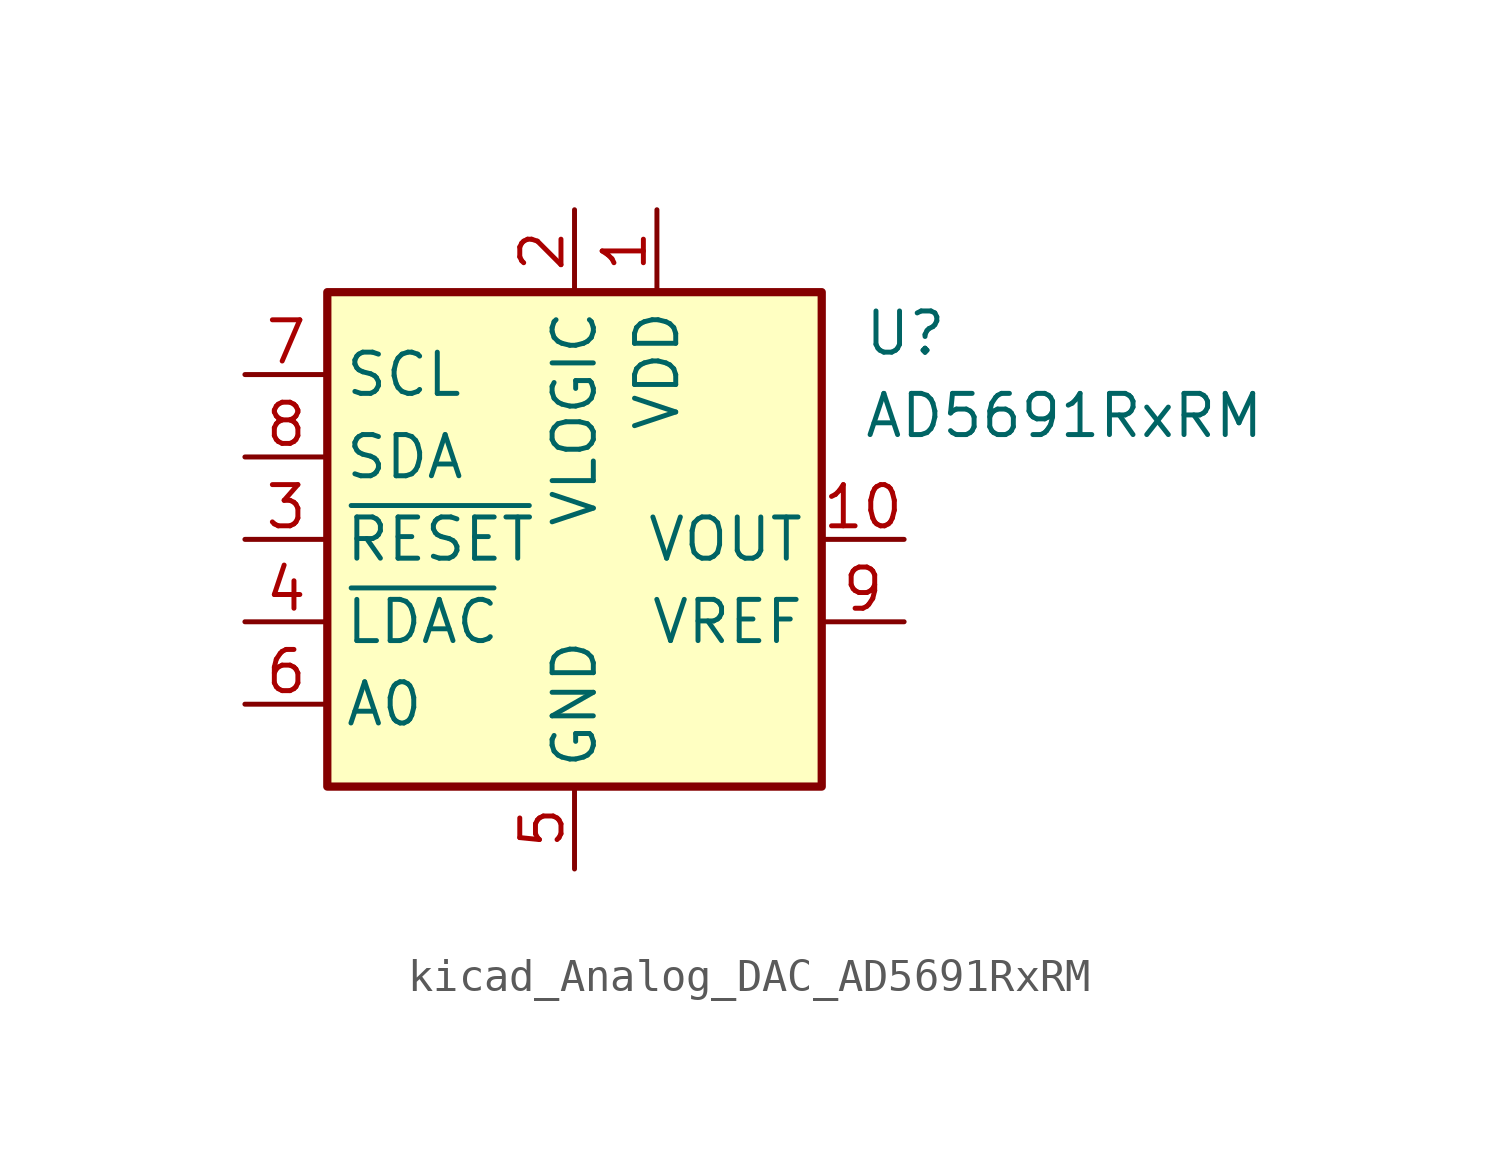
<source format=kicad_sym>
(kicad_symbol_lib
  (version 20220914)
  (generator kicad_symbol_editor)
  (symbol "kicad_Analog_DAC_AD5691RxRM"
    (property "Reference" "U"
      (at 8.89 6.35 0)
      (effects (font (size 1.27 1.27)) (justify left)))
    (property "Value" "AD5691RxRM"
      (at 8.89 3.81 0)
      (effects (font (size 1.27 1.27)) (justify left)))
    (symbol "kicad_Analog_DAC_AD5691RxRM_0_1"
      (rectangle (start -7.62 7.62) (end 7.62 -7.62) (stroke (width 0.254) (type default)) (fill (type background))))
    (symbol "kicad_Analog_DAC_AD5691RxRM_1_1"
      (pin power_in line (at 2.54 10.16 270) (length 2.54) (name "VDD" (effects (font (size 1.27 1.27)))) (number "1" (effects (font (size 1.27 1.27)))))
      (pin output line (at 10.16 0 180) (length 2.54) (name "VOUT" (effects (font (size 1.27 1.27)))) (number "10" (effects (font (size 1.27 1.27)))))
      (pin power_in line (at 0 10.16 270) (length 2.54) (name "VLOGIC" (effects (font (size 1.27 1.27)))) (number "2" (effects (font (size 1.27 1.27)))))
      (pin input line (at -10.16 0 0) (length 2.54) (name "~{RESET}" (effects (font (size 1.27 1.27)))) (number "3" (effects (font (size 1.27 1.27)))))
      (pin input line (at -10.16 -2.54 0) (length 2.54) (name "~{LDAC}" (effects (font (size 1.27 1.27)))) (number "4" (effects (font (size 1.27 1.27)))))
      (pin power_in line (at 0 -10.16 90) (length 2.54) (name "GND" (effects (font (size 1.27 1.27)))) (number "5" (effects (font (size 1.27 1.27)))))
      (pin input line (at -10.16 -5.08 0) (length 2.54) (name "A0" (effects (font (size 1.27 1.27)))) (number "6" (effects (font (size 1.27 1.27)))))
      (pin input line (at -10.16 5.08 0) (length 2.54) (name "SCL" (effects (font (size 1.27 1.27)))) (number "7" (effects (font (size 1.27 1.27)))))
      (pin bidirectional line (at -10.16 2.54 0) (length 2.54) (name "SDA" (effects (font (size 1.27 1.27)))) (number "8" (effects (font (size 1.27 1.27)))))
      (pin passive line (at 10.16 -2.54 180) (length 2.54) (name "VREF" (effects (font (size 1.27 1.27)))) (number "9" (effects (font (size 1.27 1.27))))))))
</source>
